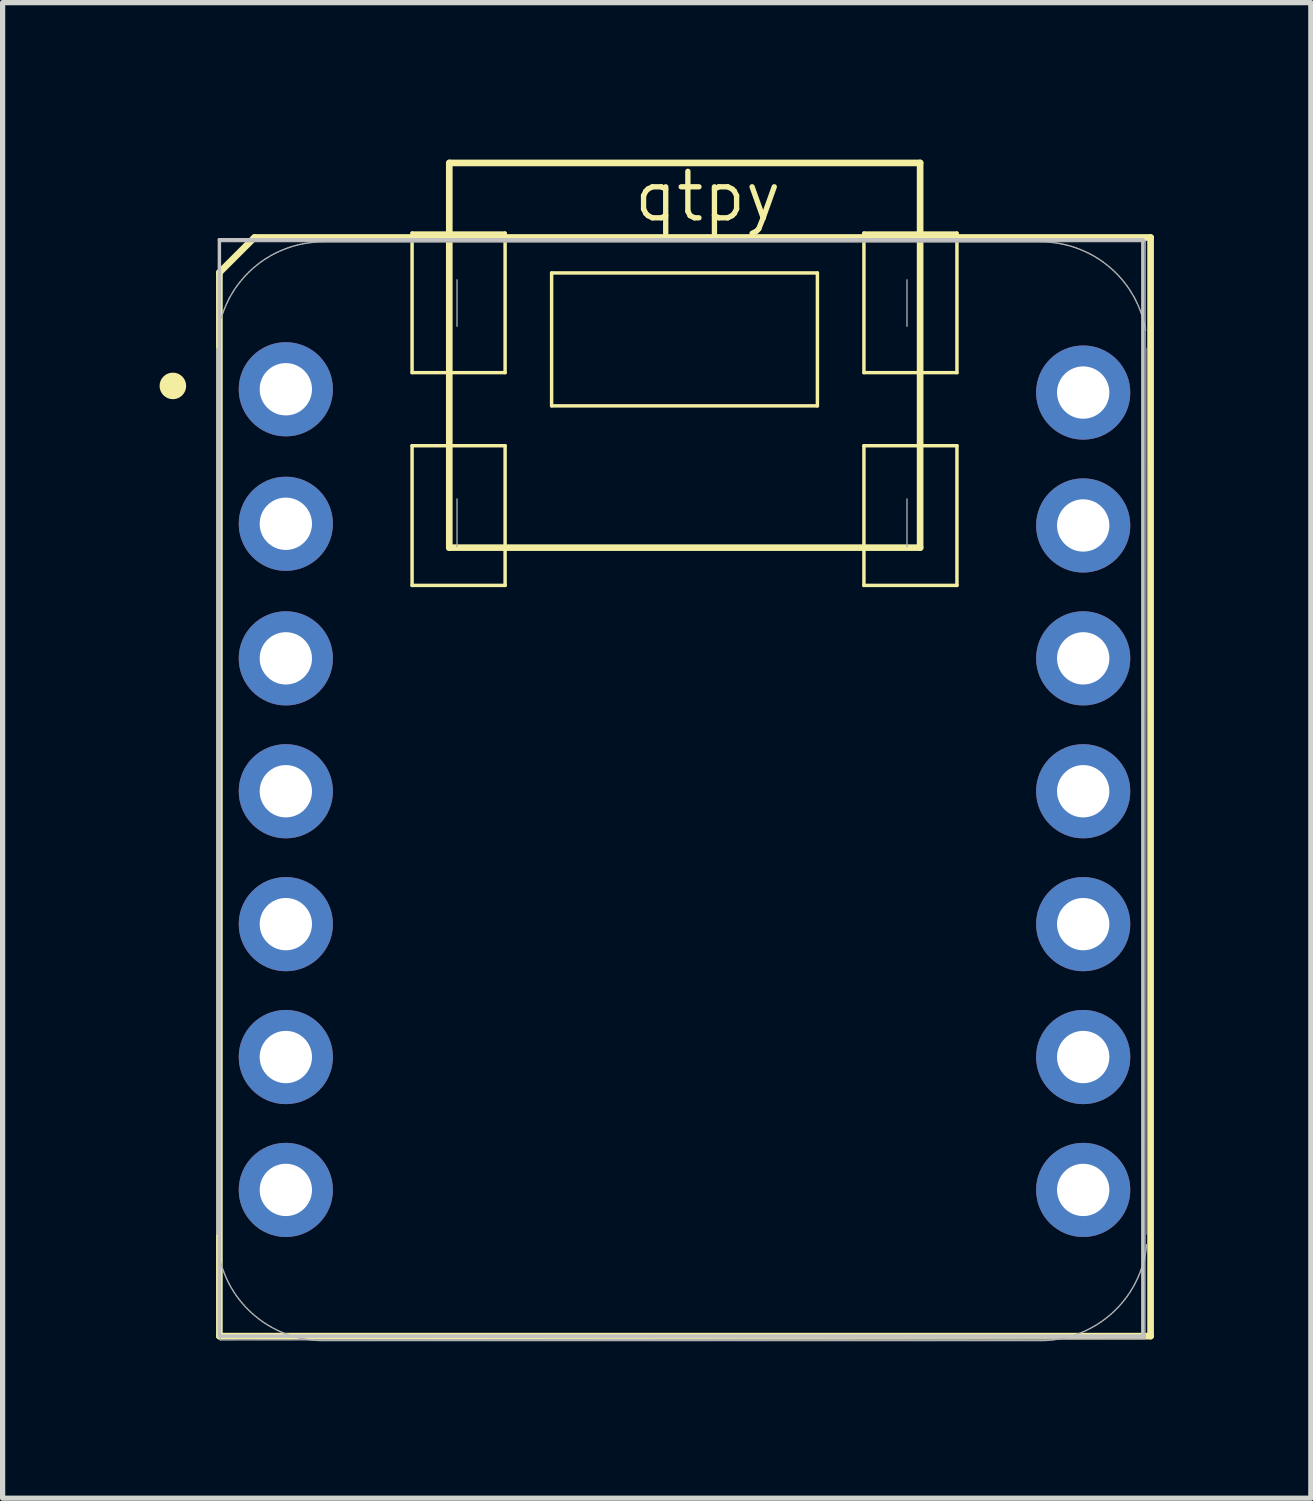
<source format=kicad_pcb>
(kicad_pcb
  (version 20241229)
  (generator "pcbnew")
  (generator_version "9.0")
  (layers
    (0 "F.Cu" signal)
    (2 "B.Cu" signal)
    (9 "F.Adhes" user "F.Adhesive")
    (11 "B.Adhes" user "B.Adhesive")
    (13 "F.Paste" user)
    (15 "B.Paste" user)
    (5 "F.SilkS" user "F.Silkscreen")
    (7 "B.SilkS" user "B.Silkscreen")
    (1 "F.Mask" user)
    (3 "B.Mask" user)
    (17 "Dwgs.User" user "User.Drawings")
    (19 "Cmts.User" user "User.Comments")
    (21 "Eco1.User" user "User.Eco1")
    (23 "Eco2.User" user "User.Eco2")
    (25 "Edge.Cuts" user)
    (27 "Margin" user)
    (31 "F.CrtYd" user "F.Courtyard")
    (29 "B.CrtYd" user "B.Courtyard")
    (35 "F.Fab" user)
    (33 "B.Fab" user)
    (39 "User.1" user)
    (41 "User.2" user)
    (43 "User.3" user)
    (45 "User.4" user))
  (footprint "qtpy"
    (layer "F.Cu")
    (at 10.033 11.946)
    (property "Reference" "qtpy" (at 0.445 -11.239 0) (layer "F.SilkS") (effects (font (size 0.889 0.889) (thickness 0.102))))
    (attr smd)
    (fp_line (start -8.89 -9.787) (end -8.89 10.541) (stroke (width 0.127) (type solid)) (layer "F.SilkS"))
    (fp_line (start -8.89 10.541) (end 8.908 10.541) (stroke (width 0.127) (type solid)) (layer "F.SilkS"))
    (fp_line (start -8.219 -10.457) (end -8.89 -9.787) (stroke (width 0.127) (type solid)) (layer "F.SilkS"))
    (fp_line (start -5.207 -10.541) (end -3.429 -10.541) (stroke (width 0.066) (type solid)) (layer "F.SilkS"))
    (fp_line (start -5.207 -7.874) (end -5.207 -10.541) (stroke (width 0.066) (type solid)) (layer "F.SilkS"))
    (fp_line (start -5.207 -7.874) (end -3.429 -7.874) (stroke (width 0.066) (type solid)) (layer "F.SilkS"))
    (fp_line (start -5.207 -6.477) (end -3.429 -6.477) (stroke (width 0.066) (type solid)) (layer "F.SilkS"))
    (fp_line (start -5.207 -3.807) (end -5.207 -6.477) (stroke (width 0.066) (type solid)) (layer "F.SilkS"))
    (fp_line (start -5.207 -3.807) (end -3.429 -3.807) (stroke (width 0.066) (type solid)) (layer "F.SilkS"))
    (fp_line (start -4.496 -4.529) (end -4.496 -11.882) (stroke (width 0.127) (type solid)) (layer "F.SilkS"))
    (fp_line (start -4.491 -11.882) (end 4.503 -11.882) (stroke (width 0.127) (type solid)) (layer "F.SilkS"))
    (fp_line (start -3.429 -7.874) (end -3.429 -10.541) (stroke (width 0.066) (type solid)) (layer "F.SilkS"))
    (fp_line (start -3.429 -3.807) (end -3.429 -6.477) (stroke (width 0.066) (type solid)) (layer "F.SilkS"))
    (fp_line (start -2.54 -9.779) (end 2.54 -9.779) (stroke (width 0.066) (type solid)) (layer "F.SilkS"))
    (fp_line (start -2.54 -7.239) (end -2.54 -9.779) (stroke (width 0.066) (type solid)) (layer "F.SilkS"))
    (fp_line (start -2.54 -7.239) (end 2.54 -7.239) (stroke (width 0.066) (type solid)) (layer "F.SilkS"))
    (fp_line (start 2.54 -7.239) (end 2.54 -9.779) (stroke (width 0.066) (type solid)) (layer "F.SilkS"))
    (fp_line (start 3.429 -10.541) (end 5.207 -10.541) (stroke (width 0.066) (type solid)) (layer "F.SilkS"))
    (fp_line (start 3.429 -7.874) (end 3.429 -10.541) (stroke (width 0.066) (type solid)) (layer "F.SilkS"))
    (fp_line (start 3.429 -7.874) (end 5.207 -7.874) (stroke (width 0.066) (type solid)) (layer "F.SilkS"))
    (fp_line (start 3.429 -6.477) (end 5.207 -6.477) (stroke (width 0.066) (type solid)) (layer "F.SilkS"))
    (fp_line (start 3.429 -3.807) (end 3.429 -6.477) (stroke (width 0.066) (type solid)) (layer "F.SilkS"))
    (fp_line (start 3.429 -3.807) (end 5.207 -3.807) (stroke (width 0.066) (type solid)) (layer "F.SilkS"))
    (fp_line (start 4.503 -11.882) (end 4.503 -4.529) (stroke (width 0.127) (type solid)) (layer "F.SilkS"))
    (fp_line (start 4.503 -4.529) (end -4.496 -4.529) (stroke (width 0.127) (type solid)) (layer "F.SilkS"))
    (fp_line (start 5.207 -7.874) (end 5.207 -10.541) (stroke (width 0.066) (type solid)) (layer "F.SilkS"))
    (fp_line (start 5.207 -3.807) (end 5.207 -6.477) (stroke (width 0.066) (type solid)) (layer "F.SilkS"))
    (fp_line (start 8.908 -10.457) (end -8.219 -10.457) (stroke (width 0.127) (type solid)) (layer "F.SilkS"))
    (fp_line (start 8.908 10.541) (end 8.908 -10.457) (stroke (width 0.127) (type solid)) (layer "F.SilkS"))
    (fp_circle (center -9.779 -7.62) (end -9.779 -7.874) (stroke (width 0) (type solid)) (fill yes) (layer "F.SilkS"))
    (fp_line (start -8.89 -10.414) (end 8.76 -10.414) (stroke (width 0.066) (type solid)) (layer "Dwgs.User"))
    (fp_line (start -8.89 10.541) (end -8.89 -10.414) (stroke (width 0.066) (type solid)) (layer "Dwgs.User"))
    (fp_line (start -8.89 10.541) (end 8.76 10.541) (stroke (width 0.066) (type solid)) (layer "Dwgs.User"))
    (fp_line (start 8.76 10.541) (end 8.76 -10.414) (stroke (width 0.066) (type solid)) (layer "Dwgs.User"))
    (fp_line (start -8.938 -8.341) (end -8.938 8.595) (stroke (width 0.025) (type solid)) (layer "F.Fab"))
    (fp_line (start -8.9 8.985) (end -8.89 9.033) (stroke (width 0.025) (type solid)) (layer "F.Fab"))
    (fp_line (start -8.89 9.033) (end -8.879 9.081) (stroke (width 0.025) (type solid)) (layer "F.Fab"))
    (fp_line (start -8.879 9.081) (end -8.867 9.129) (stroke (width 0.025) (type solid)) (layer "F.Fab"))
    (fp_line (start -8.873 -10.378) (end 8.804 -10.378) (stroke (width 0.025) (type solid)) (layer "F.Fab"))
    (fp_line (start -8.873 10.614) (end -8.873 -10.378) (stroke (width 0.025) (type solid)) (layer "F.Fab"))
    (fp_line (start -8.873 10.614) (end 8.804 10.593) (stroke (width 0.025) (type solid)) (layer "F.Fab"))
    (fp_line (start -8.867 9.129) (end -8.853 9.176) (stroke (width 0.025) (type solid)) (layer "F.Fab"))
    (fp_line (start -8.853 9.176) (end -8.839 9.223) (stroke (width 0.025) (type solid)) (layer "F.Fab"))
    (fp_line (start -8.839 -8.969) (end -8.853 -8.922) (stroke (width 0.025) (type solid)) (layer "F.Fab"))
    (fp_line (start -8.839 9.223) (end -8.823 9.269) (stroke (width 0.025) (type solid)) (layer "F.Fab"))
    (fp_line (start -8.823 -9.016) (end -8.839 -8.969) (stroke (width 0.025) (type solid)) (layer "F.Fab"))
    (fp_line (start -8.823 9.269) (end -8.806 9.315) (stroke (width 0.025) (type solid)) (layer "F.Fab"))
    (fp_line (start -8.806 -9.062) (end -8.823 -9.016) (stroke (width 0.025) (type solid)) (layer "F.Fab"))
    (fp_line (start -8.806 9.315) (end -8.788 9.361) (stroke (width 0.025) (type solid)) (layer "F.Fab"))
    (fp_line (start -8.788 -9.107) (end -8.806 -9.062) (stroke (width 0.025) (type solid)) (layer "F.Fab"))
    (fp_line (start -8.788 9.361) (end -8.769 9.406) (stroke (width 0.025) (type solid)) (layer "F.Fab"))
    (fp_line (start -8.769 -9.153) (end -8.788 -9.107) (stroke (width 0.025) (type solid)) (layer "F.Fab"))
    (fp_line (start -8.769 9.406) (end -8.749 9.451) (stroke (width 0.025) (type solid)) (layer "F.Fab"))
    (fp_line (start -8.749 -9.197) (end -8.769 -9.153) (stroke (width 0.025) (type solid)) (layer "F.Fab"))
    (fp_line (start -8.749 9.451) (end -8.728 9.495) (stroke (width 0.025) (type solid)) (layer "F.Fab"))
    (fp_line (start -8.728 -9.242) (end -8.749 -9.197) (stroke (width 0.025) (type solid)) (layer "F.Fab"))
    (fp_line (start -8.728 9.495) (end -8.706 9.539) (stroke (width 0.025) (type solid)) (layer "F.Fab"))
    (fp_line (start -8.706 -9.286) (end -8.728 -9.242) (stroke (width 0.025) (type solid)) (layer "F.Fab"))
    (fp_line (start -8.706 9.539) (end -8.682 9.582) (stroke (width 0.025) (type solid)) (layer "F.Fab"))
    (fp_line (start -8.682 -9.329) (end -8.706 -9.286) (stroke (width 0.025) (type solid)) (layer "F.Fab"))
    (fp_line (start -8.682 9.582) (end -8.658 9.625) (stroke (width 0.025) (type solid)) (layer "F.Fab"))
    (fp_line (start -8.658 -9.371) (end -8.682 -9.329) (stroke (width 0.025) (type solid)) (layer "F.Fab"))
    (fp_line (start -8.658 9.625) (end -8.632 9.667) (stroke (width 0.025) (type solid)) (layer "F.Fab"))
    (fp_line (start -8.632 -9.413) (end -8.658 -9.371) (stroke (width 0.025) (type solid)) (layer "F.Fab"))
    (fp_line (start -8.632 9.667) (end -8.606 9.708) (stroke (width 0.025) (type solid)) (layer "F.Fab"))
    (fp_line (start -8.606 -9.455) (end -8.632 -9.413) (stroke (width 0.025) (type solid)) (layer "F.Fab"))
    (fp_line (start -8.606 9.708) (end -8.579 9.749) (stroke (width 0.025) (type solid)) (layer "F.Fab"))
    (fp_line (start -8.579 -9.496) (end -8.606 -9.455) (stroke (width 0.025) (type solid)) (layer "F.Fab"))
    (fp_line (start -8.579 9.749) (end -8.55 9.789) (stroke (width 0.025) (type solid)) (layer "F.Fab"))
    (fp_line (start -8.55 -9.535) (end -8.579 -9.496) (stroke (width 0.025) (type solid)) (layer "F.Fab"))
    (fp_line (start -8.55 9.789) (end -8.521 9.828) (stroke (width 0.025) (type solid)) (layer "F.Fab"))
    (fp_line (start -8.521 -9.575) (end -8.55 -9.535) (stroke (width 0.025) (type solid)) (layer "F.Fab"))
    (fp_line (start -8.521 9.828) (end -8.49 9.867) (stroke (width 0.025) (type solid)) (layer "F.Fab"))
    (fp_line (start -8.49 -9.613) (end -8.521 -9.575) (stroke (width 0.025) (type solid)) (layer "F.Fab"))
    (fp_line (start -8.49 9.867) (end -8.459 9.905) (stroke (width 0.025) (type solid)) (layer "F.Fab"))
    (fp_line (start -8.459 -9.652) (end -8.49 -9.613) (stroke (width 0.025) (type solid)) (layer "F.Fab"))
    (fp_line (start -8.459 9.905) (end -8.427 9.942) (stroke (width 0.025) (type solid)) (layer "F.Fab"))
    (fp_line (start -8.427 -9.689) (end -8.459 -9.652) (stroke (width 0.025) (type solid)) (layer "F.Fab"))
    (fp_line (start -8.427 9.942) (end -8.394 9.979) (stroke (width 0.025) (type solid)) (layer "F.Fab"))
    (fp_line (start -8.394 -9.725) (end -8.427 -9.689) (stroke (width 0.025) (type solid)) (layer "F.Fab"))
    (fp_line (start -8.394 9.979) (end -8.36 10.014) (stroke (width 0.025) (type solid)) (layer "F.Fab"))
    (fp_line (start -8.36 -9.761) (end -8.394 -9.725) (stroke (width 0.025) (type solid)) (layer "F.Fab"))
    (fp_line (start -8.36 10.014) (end -8.326 10.049) (stroke (width 0.025) (type solid)) (layer "F.Fab"))
    (fp_line (start -8.326 -9.795) (end -8.36 -9.761) (stroke (width 0.025) (type solid)) (layer "F.Fab"))
    (fp_line (start -8.326 10.049) (end -8.29 10.083) (stroke (width 0.025) (type solid)) (layer "F.Fab"))
    (fp_line (start -8.29 -9.829) (end -8.326 -9.795) (stroke (width 0.025) (type solid)) (layer "F.Fab"))
    (fp_line (start -8.29 10.083) (end -8.254 10.116) (stroke (width 0.025) (type solid)) (layer "F.Fab"))
    (fp_line (start -8.254 -9.862) (end -8.29 -9.829) (stroke (width 0.025) (type solid)) (layer "F.Fab"))
    (fp_line (start -8.254 10.116) (end -8.217 10.148) (stroke (width 0.025) (type solid)) (layer "F.Fab"))
    (fp_line (start -8.217 -9.894) (end -8.254 -9.862) (stroke (width 0.025) (type solid)) (layer "F.Fab"))
    (fp_line (start -8.217 10.148) (end -8.178 10.179) (stroke (width 0.025) (type solid)) (layer "F.Fab"))
    (fp_line (start -8.178 -9.925) (end -8.217 -9.894) (stroke (width 0.025) (type solid)) (layer "F.Fab"))
    (fp_line (start -8.178 10.179) (end -8.14 10.209) (stroke (width 0.025) (type solid)) (layer "F.Fab"))
    (fp_line (start -8.14 -9.956) (end -8.178 -9.925) (stroke (width 0.025) (type solid)) (layer "F.Fab"))
    (fp_line (start -8.14 10.209) (end -8.101 10.239) (stroke (width 0.025) (type solid)) (layer "F.Fab"))
    (fp_line (start -8.101 -9.985) (end -8.14 -9.956) (stroke (width 0.025) (type solid)) (layer "F.Fab"))
    (fp_line (start -8.101 10.239) (end -8.061 10.267) (stroke (width 0.025) (type solid)) (layer "F.Fab"))
    (fp_line (start -8.061 -10.014) (end -8.101 -9.985) (stroke (width 0.025) (type solid)) (layer "F.Fab"))
    (fp_line (start -8.061 10.267) (end -8.02 10.295) (stroke (width 0.025) (type solid)) (layer "F.Fab"))
    (fp_line (start -8.02 -10.041) (end -8.061 -10.014) (stroke (width 0.025) (type solid)) (layer "F.Fab"))
    (fp_line (start -8.02 10.295) (end -7.978 10.321) (stroke (width 0.025) (type solid)) (layer "F.Fab"))
    (fp_line (start -7.978 -10.067) (end -8.02 -10.041) (stroke (width 0.025) (type solid)) (layer "F.Fab"))
    (fp_line (start -7.978 10.321) (end -7.936 10.346) (stroke (width 0.025) (type solid)) (layer "F.Fab"))
    (fp_line (start -7.936 -10.093) (end -7.978 -10.067) (stroke (width 0.025) (type solid)) (layer "F.Fab"))
    (fp_line (start -7.936 10.346) (end -7.894 10.371) (stroke (width 0.025) (type solid)) (layer "F.Fab"))
    (fp_line (start -7.894 -10.117) (end -7.936 -10.093) (stroke (width 0.025) (type solid)) (layer "F.Fab"))
    (fp_line (start -7.894 10.371) (end -7.851 10.394) (stroke (width 0.025) (type solid)) (layer "F.Fab"))
    (fp_line (start -7.851 -10.14) (end -7.894 -10.117) (stroke (width 0.025) (type solid)) (layer "F.Fab"))
    (fp_line (start -7.851 10.394) (end -7.807 10.416) (stroke (width 0.025) (type solid)) (layer "F.Fab"))
    (fp_line (start -7.807 -10.163) (end -7.851 -10.14) (stroke (width 0.025) (type solid)) (layer "F.Fab"))
    (fp_line (start -7.807 10.416) (end -7.762 10.438) (stroke (width 0.025) (type solid)) (layer "F.Fab"))
    (fp_line (start -7.762 -10.184) (end -7.807 -10.163) (stroke (width 0.025) (type solid)) (layer "F.Fab"))
    (fp_line (start -7.762 10.438) (end -7.718 10.458) (stroke (width 0.025) (type solid)) (layer "F.Fab"))
    (fp_line (start -7.718 -10.204) (end -7.762 -10.184) (stroke (width 0.025) (type solid)) (layer "F.Fab"))
    (fp_line (start -7.718 10.458) (end -7.673 10.477) (stroke (width 0.025) (type solid)) (layer "F.Fab"))
    (fp_line (start -7.673 -10.223) (end -7.718 -10.204) (stroke (width 0.025) (type solid)) (layer "F.Fab"))
    (fp_line (start -7.673 10.477) (end -7.627 10.495) (stroke (width 0.025) (type solid)) (layer "F.Fab"))
    (fp_line (start -7.627 -10.241) (end -7.673 -10.223) (stroke (width 0.025) (type solid)) (layer "F.Fab"))
    (fp_line (start -7.627 10.495) (end -7.581 10.511) (stroke (width 0.025) (type solid)) (layer "F.Fab"))
    (fp_line (start -7.581 -10.258) (end -7.627 -10.241) (stroke (width 0.025) (type solid)) (layer "F.Fab"))
    (fp_line (start -7.581 10.511) (end -7.534 10.527) (stroke (width 0.025) (type solid)) (layer "F.Fab"))
    (fp_line (start -7.534 -10.274) (end -7.581 -10.258) (stroke (width 0.025) (type solid)) (layer "F.Fab"))
    (fp_line (start -7.534 10.527) (end -7.487 10.542) (stroke (width 0.025) (type solid)) (layer "F.Fab"))
    (fp_line (start -7.487 -10.288) (end -7.534 -10.274) (stroke (width 0.025) (type solid)) (layer "F.Fab"))
    (fp_line (start -7.487 10.542) (end -7.44 10.555) (stroke (width 0.025) (type solid)) (layer "F.Fab"))
    (fp_line (start -7.44 -10.302) (end -7.487 -10.288) (stroke (width 0.025) (type solid)) (layer "F.Fab"))
    (fp_line (start -7.44 10.555) (end -7.393 10.568) (stroke (width 0.025) (type solid)) (layer "F.Fab"))
    (fp_line (start -7.393 -10.314) (end -7.44 -10.302) (stroke (width 0.025) (type solid)) (layer "F.Fab"))
    (fp_line (start -7.393 10.568) (end -7.345 10.579) (stroke (width 0.025) (type solid)) (layer "F.Fab"))
    (fp_line (start -7.345 -10.325) (end -7.393 -10.314) (stroke (width 0.025) (type solid)) (layer "F.Fab"))
    (fp_line (start -7.345 10.579) (end -7.297 10.589) (stroke (width 0.025) (type solid)) (layer "F.Fab"))
    (fp_line (start -7.297 -10.335) (end -7.345 -10.325) (stroke (width 0.025) (type solid)) (layer "F.Fab"))
    (fp_line (start -7.297 10.589) (end -7.248 10.598) (stroke (width 0.025) (type solid)) (layer "F.Fab"))
    (fp_line (start -7.248 -10.344) (end -7.297 -10.335) (stroke (width 0.025) (type solid)) (layer "F.Fab"))
    (fp_line (start -7.248 10.598) (end -7.2 10.605) (stroke (width 0.025) (type solid)) (layer "F.Fab"))
    (fp_line (start -7.2 -10.352) (end -7.248 -10.344) (stroke (width 0.025) (type solid)) (layer "F.Fab"))
    (fp_line (start -7.2 10.605) (end -7.151 10.612) (stroke (width 0.025) (type solid)) (layer "F.Fab"))
    (fp_line (start -7.151 -10.358) (end -7.2 -10.352) (stroke (width 0.025) (type solid)) (layer "F.Fab"))
    (fp_line (start -7.151 10.612) (end -7.102 10.617) (stroke (width 0.025) (type solid)) (layer "F.Fab"))
    (fp_line (start -7.102 -10.364) (end -7.151 -10.358) (stroke (width 0.025) (type solid)) (layer "F.Fab"))
    (fp_line (start -7.102 10.617) (end -7.053 10.621) (stroke (width 0.025) (type solid)) (layer "F.Fab"))
    (fp_line (start -7.053 -10.368) (end -7.102 -10.364) (stroke (width 0.025) (type solid)) (layer "F.Fab"))
    (fp_line (start -7.053 10.621) (end -7.004 10.625) (stroke (width 0.025) (type solid)) (layer "F.Fab"))
    (fp_line (start -7.004 -10.371) (end -7.053 -10.368) (stroke (width 0.025) (type solid)) (layer "F.Fab"))
    (fp_line (start -7.004 10.625) (end -6.955 10.626) (stroke (width 0.025) (type solid)) (layer "F.Fab"))
    (fp_line (start -6.955 -10.373) (end -7.004 -10.371) (stroke (width 0.025) (type solid)) (layer "F.Fab"))
    (fp_line (start -6.955 10.626) (end -6.906 10.627) (stroke (width 0.025) (type solid)) (layer "F.Fab"))
    (fp_line (start -6.906 -10.373) (end -6.955 -10.373) (stroke (width 0.025) (type solid)) (layer "F.Fab"))
    (fp_line (start -6.906 10.627) (end 6.81 10.627) (stroke (width 0.025) (type solid)) (layer "F.Fab"))
    (fp_line (start -4.348 -8.759) (end -4.348 -9.648) (stroke (width 0.025) (type solid)) (layer "F.Fab"))
    (fp_line (start -4.348 -4.546) (end -4.348 -5.46) (stroke (width 0.025) (type solid)) (layer "F.Fab"))
    (fp_line (start 4.252 -9.648) (end 4.252 -8.759) (stroke (width 0.025) (type solid)) (layer "F.Fab"))
    (fp_line (start 4.252 -5.46) (end 4.252 -4.546) (stroke (width 0.025) (type solid)) (layer "F.Fab"))
    (fp_line (start 6.81 -10.373) (end -6.906 -10.373) (stroke (width 0.025) (type solid)) (layer "F.Fab"))
    (fp_line (start 6.81 10.627) (end 6.859 10.626) (stroke (width 0.025) (type solid)) (layer "F.Fab"))
    (fp_line (start 6.859 -10.373) (end 6.81 -10.373) (stroke (width 0.025) (type solid)) (layer "F.Fab"))
    (fp_line (start 6.859 10.626) (end 6.908 10.625) (stroke (width 0.025) (type solid)) (layer "F.Fab"))
    (fp_line (start 6.908 -10.371) (end 6.859 -10.373) (stroke (width 0.025) (type solid)) (layer "F.Fab"))
    (fp_line (start 6.908 10.625) (end 6.957 10.621) (stroke (width 0.025) (type solid)) (layer "F.Fab"))
    (fp_line (start 6.957 -10.368) (end 6.908 -10.371) (stroke (width 0.025) (type solid)) (layer "F.Fab"))
    (fp_line (start 6.957 10.621) (end 7.006 10.617) (stroke (width 0.025) (type solid)) (layer "F.Fab"))
    (fp_line (start 7.006 -10.364) (end 6.957 -10.368) (stroke (width 0.025) (type solid)) (layer "F.Fab"))
    (fp_line (start 7.006 10.617) (end 7.055 10.612) (stroke (width 0.025) (type solid)) (layer "F.Fab"))
    (fp_line (start 7.055 -10.358) (end 7.006 -10.364) (stroke (width 0.025) (type solid)) (layer "F.Fab"))
    (fp_line (start 7.055 10.612) (end 7.103 10.605) (stroke (width 0.025) (type solid)) (layer "F.Fab"))
    (fp_line (start 7.103 -10.352) (end 7.055 -10.358) (stroke (width 0.025) (type solid)) (layer "F.Fab"))
    (fp_line (start 7.103 10.605) (end 7.152 10.598) (stroke (width 0.025) (type solid)) (layer "F.Fab"))
    (fp_line (start 7.152 -10.344) (end 7.103 -10.352) (stroke (width 0.025) (type solid)) (layer "F.Fab"))
    (fp_line (start 7.152 10.598) (end 7.2 10.589) (stroke (width 0.025) (type solid)) (layer "F.Fab"))
    (fp_line (start 7.2 -10.335) (end 7.152 -10.344) (stroke (width 0.025) (type solid)) (layer "F.Fab"))
    (fp_line (start 7.2 10.589) (end 7.248 10.579) (stroke (width 0.025) (type solid)) (layer "F.Fab"))
    (fp_line (start 7.248 -10.325) (end 7.2 -10.335) (stroke (width 0.025) (type solid)) (layer "F.Fab"))
    (fp_line (start 7.248 10.579) (end 7.296 10.568) (stroke (width 0.025) (type solid)) (layer "F.Fab"))
    (fp_line (start 7.296 -10.314) (end 7.248 -10.325) (stroke (width 0.025) (type solid)) (layer "F.Fab"))
    (fp_line (start 7.296 10.568) (end 7.344 10.555) (stroke (width 0.025) (type solid)) (layer "F.Fab"))
    (fp_line (start 7.344 -10.302) (end 7.296 -10.314) (stroke (width 0.025) (type solid)) (layer "F.Fab"))
    (fp_line (start 7.344 10.555) (end 7.391 10.542) (stroke (width 0.025) (type solid)) (layer "F.Fab"))
    (fp_line (start 7.391 -10.288) (end 7.344 -10.302) (stroke (width 0.025) (type solid)) (layer "F.Fab"))
    (fp_line (start 7.391 10.542) (end 7.438 10.527) (stroke (width 0.025) (type solid)) (layer "F.Fab"))
    (fp_line (start 7.438 -10.274) (end 7.391 -10.288) (stroke (width 0.025) (type solid)) (layer "F.Fab"))
    (fp_line (start 7.438 10.527) (end 7.484 10.511) (stroke (width 0.025) (type solid)) (layer "F.Fab"))
    (fp_line (start 7.484 -10.258) (end 7.438 -10.274) (stroke (width 0.025) (type solid)) (layer "F.Fab"))
    (fp_line (start 7.484 10.511) (end 7.53 10.495) (stroke (width 0.025) (type solid)) (layer "F.Fab"))
    (fp_line (start 7.53 -10.241) (end 7.484 -10.258) (stroke (width 0.025) (type solid)) (layer "F.Fab"))
    (fp_line (start 7.53 10.495) (end 7.576 10.477) (stroke (width 0.025) (type solid)) (layer "F.Fab"))
    (fp_line (start 7.576 -10.223) (end 7.53 -10.241) (stroke (width 0.025) (type solid)) (layer "F.Fab"))
    (fp_line (start 7.576 10.477) (end 7.621 10.458) (stroke (width 0.025) (type solid)) (layer "F.Fab"))
    (fp_line (start 7.621 -10.204) (end 7.576 -10.223) (stroke (width 0.025) (type solid)) (layer "F.Fab"))
    (fp_line (start 7.621 10.458) (end 7.666 10.438) (stroke (width 0.025) (type solid)) (layer "F.Fab"))
    (fp_line (start 7.666 -10.184) (end 7.621 -10.204) (stroke (width 0.025) (type solid)) (layer "F.Fab"))
    (fp_line (start 7.666 10.438) (end 7.71 10.416) (stroke (width 0.025) (type solid)) (layer "F.Fab"))
    (fp_line (start 7.71 -10.163) (end 7.666 -10.184) (stroke (width 0.025) (type solid)) (layer "F.Fab"))
    (fp_line (start 7.71 10.416) (end 7.754 10.394) (stroke (width 0.025) (type solid)) (layer "F.Fab"))
    (fp_line (start 7.754 -10.14) (end 7.71 -10.163) (stroke (width 0.025) (type solid)) (layer "F.Fab"))
    (fp_line (start 7.754 10.394) (end 7.797 10.371) (stroke (width 0.025) (type solid)) (layer "F.Fab"))
    (fp_line (start 7.797 -10.117) (end 7.754 -10.14) (stroke (width 0.025) (type solid)) (layer "F.Fab"))
    (fp_line (start 7.797 10.371) (end 7.84 10.346) (stroke (width 0.025) (type solid)) (layer "F.Fab"))
    (fp_line (start 7.84 -10.093) (end 7.797 -10.117) (stroke (width 0.025) (type solid)) (layer "F.Fab"))
    (fp_line (start 7.84 10.346) (end 7.882 10.321) (stroke (width 0.025) (type solid)) (layer "F.Fab"))
    (fp_line (start 7.882 -10.067) (end 7.84 -10.093) (stroke (width 0.025) (type solid)) (layer "F.Fab"))
    (fp_line (start 7.882 10.321) (end 7.923 10.295) (stroke (width 0.025) (type solid)) (layer "F.Fab"))
    (fp_line (start 7.923 -10.041) (end 7.882 -10.067) (stroke (width 0.025) (type solid)) (layer "F.Fab"))
    (fp_line (start 7.923 10.295) (end 7.964 10.267) (stroke (width 0.025) (type solid)) (layer "F.Fab"))
    (fp_line (start 7.964 -10.014) (end 7.923 -10.041) (stroke (width 0.025) (type solid)) (layer "F.Fab"))
    (fp_line (start 7.964 10.267) (end 8.004 10.239) (stroke (width 0.025) (type solid)) (layer "F.Fab"))
    (fp_line (start 8.004 -9.985) (end 7.964 -10.014) (stroke (width 0.025) (type solid)) (layer "F.Fab"))
    (fp_line (start 8.004 10.239) (end 8.043 10.209) (stroke (width 0.025) (type solid)) (layer "F.Fab"))
    (fp_line (start 8.043 -9.956) (end 8.004 -9.985) (stroke (width 0.025) (type solid)) (layer "F.Fab"))
    (fp_line (start 8.043 10.209) (end 8.082 10.179) (stroke (width 0.025) (type solid)) (layer "F.Fab"))
    (fp_line (start 8.082 -9.925) (end 8.043 -9.956) (stroke (width 0.025) (type solid)) (layer "F.Fab"))
    (fp_line (start 8.082 10.179) (end 8.12 10.148) (stroke (width 0.025) (type solid)) (layer "F.Fab"))
    (fp_line (start 8.12 -9.894) (end 8.082 -9.925) (stroke (width 0.025) (type solid)) (layer "F.Fab"))
    (fp_line (start 8.12 10.148) (end 8.157 10.116) (stroke (width 0.025) (type solid)) (layer "F.Fab"))
    (fp_line (start 8.157 -9.862) (end 8.12 -9.894) (stroke (width 0.025) (type solid)) (layer "F.Fab"))
    (fp_line (start 8.157 10.116) (end 8.194 10.083) (stroke (width 0.025) (type solid)) (layer "F.Fab"))
    (fp_line (start 8.194 -9.829) (end 8.157 -9.862) (stroke (width 0.025) (type solid)) (layer "F.Fab"))
    (fp_line (start 8.194 10.083) (end 8.229 10.049) (stroke (width 0.025) (type solid)) (layer "F.Fab"))
    (fp_line (start 8.229 -9.795) (end 8.194 -9.829) (stroke (width 0.025) (type solid)) (layer "F.Fab"))
    (fp_line (start 8.229 10.049) (end 8.264 10.014) (stroke (width 0.025) (type solid)) (layer "F.Fab"))
    (fp_line (start 8.264 -9.761) (end 8.229 -9.795) (stroke (width 0.025) (type solid)) (layer "F.Fab"))
    (fp_line (start 8.264 10.014) (end 8.298 9.979) (stroke (width 0.025) (type solid)) (layer "F.Fab"))
    (fp_line (start 8.298 -9.725) (end 8.264 -9.761) (stroke (width 0.025) (type solid)) (layer "F.Fab"))
    (fp_line (start 8.298 9.979) (end 8.331 9.942) (stroke (width 0.025) (type solid)) (layer "F.Fab"))
    (fp_line (start 8.331 -9.689) (end 8.298 -9.725) (stroke (width 0.025) (type solid)) (layer "F.Fab"))
    (fp_line (start 8.331 9.942) (end 8.363 9.905) (stroke (width 0.025) (type solid)) (layer "F.Fab"))
    (fp_line (start 8.363 -9.652) (end 8.331 -9.689) (stroke (width 0.025) (type solid)) (layer "F.Fab"))
    (fp_line (start 8.363 9.905) (end 8.394 9.867) (stroke (width 0.025) (type solid)) (layer "F.Fab"))
    (fp_line (start 8.394 -9.613) (end 8.363 -9.652) (stroke (width 0.025) (type solid)) (layer "F.Fab"))
    (fp_line (start 8.394 9.867) (end 8.424 9.828) (stroke (width 0.025) (type solid)) (layer "F.Fab"))
    (fp_line (start 8.424 -9.575) (end 8.394 -9.613) (stroke (width 0.025) (type solid)) (layer "F.Fab"))
    (fp_line (start 8.424 9.828) (end 8.454 9.789) (stroke (width 0.025) (type solid)) (layer "F.Fab"))
    (fp_line (start 8.454 -9.535) (end 8.424 -9.575) (stroke (width 0.025) (type solid)) (layer "F.Fab"))
    (fp_line (start 8.454 9.789) (end 8.482 9.749) (stroke (width 0.025) (type solid)) (layer "F.Fab"))
    (fp_line (start 8.482 -9.496) (end 8.454 -9.535) (stroke (width 0.025) (type solid)) (layer "F.Fab"))
    (fp_line (start 8.482 9.749) (end 8.51 9.708) (stroke (width 0.025) (type solid)) (layer "F.Fab"))
    (fp_line (start 8.51 -9.455) (end 8.482 -9.496) (stroke (width 0.025) (type solid)) (layer "F.Fab"))
    (fp_line (start 8.51 9.708) (end 8.536 9.667) (stroke (width 0.025) (type solid)) (layer "F.Fab"))
    (fp_line (start 8.536 -9.413) (end 8.51 -9.455) (stroke (width 0.025) (type solid)) (layer "F.Fab"))
    (fp_line (start 8.536 9.667) (end 8.561 9.625) (stroke (width 0.025) (type solid)) (layer "F.Fab"))
    (fp_line (start 8.561 -9.371) (end 8.536 -9.413) (stroke (width 0.025) (type solid)) (layer "F.Fab"))
    (fp_line (start 8.561 9.625) (end 8.586 9.582) (stroke (width 0.025) (type solid)) (layer "F.Fab"))
    (fp_line (start 8.586 -9.329) (end 8.561 -9.371) (stroke (width 0.025) (type solid)) (layer "F.Fab"))
    (fp_line (start 8.586 9.582) (end 8.609 9.539) (stroke (width 0.025) (type solid)) (layer "F.Fab"))
    (fp_line (start 8.609 -9.286) (end 8.586 -9.329) (stroke (width 0.025) (type solid)) (layer "F.Fab"))
    (fp_line (start 8.609 9.539) (end 8.631 9.495) (stroke (width 0.025) (type solid)) (layer "F.Fab"))
    (fp_line (start 8.631 -9.242) (end 8.609 -9.286) (stroke (width 0.025) (type solid)) (layer "F.Fab"))
    (fp_line (start 8.631 9.495) (end 8.653 9.451) (stroke (width 0.025) (type solid)) (layer "F.Fab"))
    (fp_line (start 8.653 -9.197) (end 8.631 -9.242) (stroke (width 0.025) (type solid)) (layer "F.Fab"))
    (fp_line (start 8.653 9.451) (end 8.673 9.406) (stroke (width 0.025) (type solid)) (layer "F.Fab"))
    (fp_line (start 8.673 -9.153) (end 8.653 -9.197) (stroke (width 0.025) (type solid)) (layer "F.Fab"))
    (fp_line (start 8.673 9.406) (end 8.692 9.361) (stroke (width 0.025) (type solid)) (layer "F.Fab"))
    (fp_line (start 8.692 -9.107) (end 8.673 -9.153) (stroke (width 0.025) (type solid)) (layer "F.Fab"))
    (fp_line (start 8.692 9.361) (end 8.71 9.315) (stroke (width 0.025) (type solid)) (layer "F.Fab"))
    (fp_line (start 8.71 -9.062) (end 8.692 -9.107) (stroke (width 0.025) (type solid)) (layer "F.Fab"))
    (fp_line (start 8.71 9.315) (end 8.726 9.269) (stroke (width 0.025) (type solid)) (layer "F.Fab"))
    (fp_line (start 8.726 -9.016) (end 8.71 -9.062) (stroke (width 0.025) (type solid)) (layer "F.Fab"))
    (fp_line (start 8.726 9.269) (end 8.742 9.223) (stroke (width 0.025) (type solid)) (layer "F.Fab"))
    (fp_line (start 8.742 -8.969) (end 8.726 -9.016) (stroke (width 0.025) (type solid)) (layer "F.Fab"))
    (fp_line (start 8.742 9.223) (end 8.757 9.176) (stroke (width 0.025) (type solid)) (layer "F.Fab"))
    (fp_line (start 8.757 -8.922) (end 8.742 -8.969) (stroke (width 0.025) (type solid)) (layer "F.Fab"))
    (fp_line (start 8.757 9.176) (end 8.77 9.129) (stroke (width 0.025) (type solid)) (layer "F.Fab"))
    (fp_line (start 8.77 -8.875) (end 8.757 -8.922) (stroke (width 0.025) (type solid)) (layer "F.Fab"))
    (fp_line (start 8.77 9.129) (end 8.783 9.081) (stroke (width 0.025) (type solid)) (layer "F.Fab"))
    (fp_line (start 8.783 -8.828) (end 8.77 -8.875) (stroke (width 0.025) (type solid)) (layer "F.Fab"))
    (fp_line (start 8.783 9.081) (end 8.794 9.033) (stroke (width 0.025) (type solid)) (layer "F.Fab"))
    (fp_line (start 8.794 -8.78) (end 8.783 -8.828) (stroke (width 0.025) (type solid)) (layer "F.Fab"))
    (fp_line (start 8.794 9.033) (end 8.804 8.985) (stroke (width 0.025) (type solid)) (layer "F.Fab"))
    (fp_line (start 8.801 10.593) (end 8.804 -10.378) (stroke (width 0.025) (type solid)) (layer "F.Fab"))
    (fp_line (start 8.804 -8.732) (end 8.794 -8.78) (stroke (width 0.025) (type solid)) (layer "F.Fab"))
    (fp_line (start 8.804 8.985) (end 8.813 8.937) (stroke (width 0.025) (type solid)) (layer "F.Fab"))
    (fp_line (start 8.813 -8.683) (end 8.804 -8.732) (stroke (width 0.025) (type solid)) (layer "F.Fab"))
    (fp_line (start 8.813 8.937) (end 8.82 8.888) (stroke (width 0.025) (type solid)) (layer "F.Fab"))
    (fp_line (start 8.82 8.888) (end 8.827 8.84) (stroke (width 0.025) (type solid)) (layer "F.Fab"))
    (fp_line (start 8.827 8.84) (end 8.832 8.791) (stroke (width 0.025) (type solid)) (layer "F.Fab"))
    (fp_line (start 8.842 8.595) (end 8.842 -8.341) (stroke (width 0.025) (type solid)) (layer "F.Fab"))
    (pad "1" thru_hole circle (at -7.62 -7.556) (size 1.8 1.8) (drill 1) (layers "*.Cu" "*.Mask"))
    (pad "2" thru_hole circle (at -7.62 -4.985) (size 1.8 1.8) (drill 1) (layers "*.Cu" "*.Mask"))
    (pad "3" thru_hole circle (at -7.62 -2.413) (size 1.8 1.8) (drill 1) (layers "*.Cu" "*.Mask"))
    (pad "4" thru_hole circle (at -7.62 0.127) (size 1.8 1.8) (drill 1) (layers "*.Cu" "*.Mask"))
    (pad "5" thru_hole circle (at -7.62 2.667) (size 1.8 1.8) (drill 1) (layers "*.Cu" "*.Mask"))
    (pad "6" thru_hole circle (at -7.62 5.207) (size 1.8 1.8) (drill 1) (layers "*.Cu" "*.Mask"))
    (pad "7" thru_hole circle (at -7.62 7.747) (size 1.8 1.8) (drill 1) (layers "*.Cu" "*.Mask"))
    (pad "8" thru_hole circle (at 7.62 7.747) (size 1.8 1.8) (drill 1) (layers "*.Cu" "*.Mask"))
    (pad "9" thru_hole circle (at 7.62 5.207) (size 1.8 1.8) (drill 1) (layers "*.Cu" "*.Mask"))
    (pad "10" thru_hole circle (at 7.62 2.667) (size 1.8 1.8) (drill 1) (layers "*.Cu" "*.Mask"))
    (pad "11" thru_hole circle (at 7.62 0.127) (size 1.8 1.8) (drill 1) (layers "*.Cu" "*.Mask"))
    (pad "12" thru_hole circle (at 7.62 -2.413) (size 1.8 1.8) (drill 1) (layers "*.Cu" "*.Mask"))
    (pad "13" thru_hole circle (at 7.62 -4.953) (size 1.8 1.8) (drill 1) (layers "*.Cu" "*.Mask"))
    (pad "14" thru_hole circle (at 7.62 -7.493) (size 1.8 1.8) (drill 1) (layers "*.Cu" "*.Mask")))
  (gr_rect
    (start -3 -3)
    (end 22.004 25.585)
    (stroke (width 0.1) (type default))
    (fill no)
    (layer "Edge.Cuts")))
</source>
